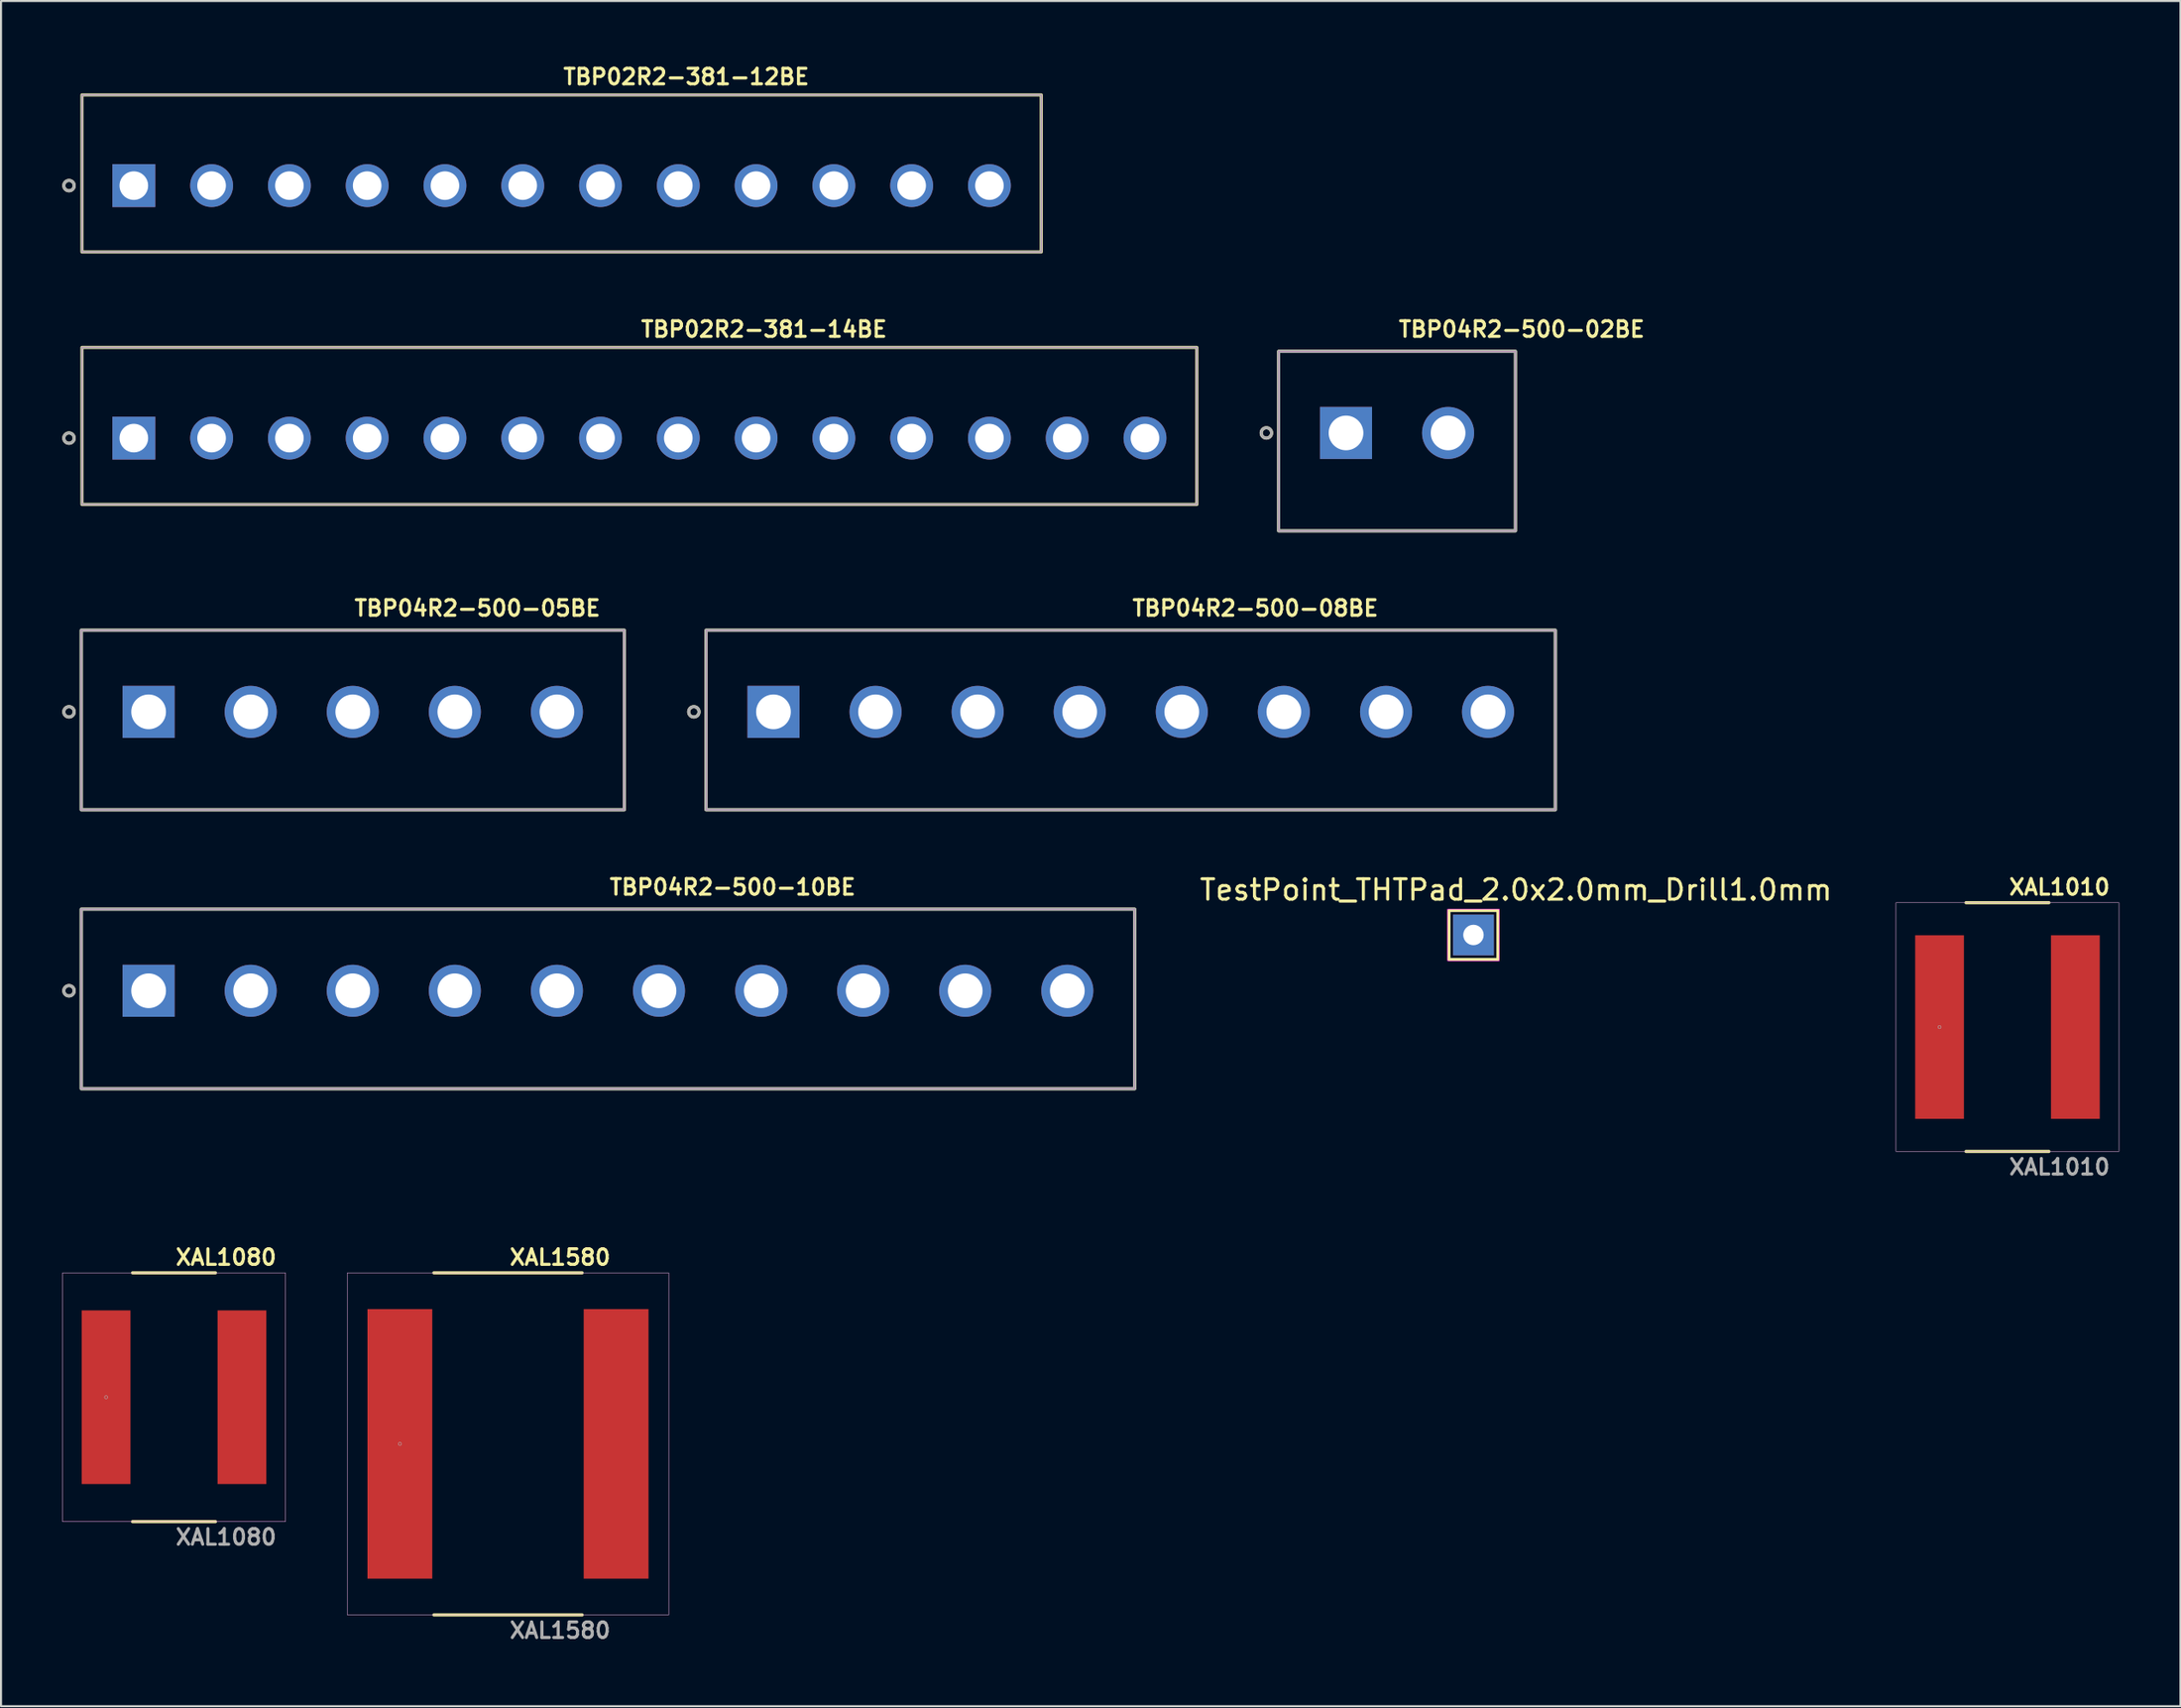
<source format=kicad_pcb>
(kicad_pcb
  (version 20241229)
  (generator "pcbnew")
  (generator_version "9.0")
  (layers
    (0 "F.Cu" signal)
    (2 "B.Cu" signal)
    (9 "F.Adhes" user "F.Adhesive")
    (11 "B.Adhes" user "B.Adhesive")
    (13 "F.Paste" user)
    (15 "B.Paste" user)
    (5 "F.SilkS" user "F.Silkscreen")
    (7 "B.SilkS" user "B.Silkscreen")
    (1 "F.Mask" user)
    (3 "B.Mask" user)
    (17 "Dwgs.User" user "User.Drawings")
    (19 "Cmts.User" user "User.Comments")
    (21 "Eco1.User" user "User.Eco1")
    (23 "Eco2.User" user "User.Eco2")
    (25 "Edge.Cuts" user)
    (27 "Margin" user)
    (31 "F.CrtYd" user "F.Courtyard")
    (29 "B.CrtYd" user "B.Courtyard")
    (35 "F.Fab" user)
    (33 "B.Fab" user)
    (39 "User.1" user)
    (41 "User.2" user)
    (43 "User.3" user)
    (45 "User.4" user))
  (footprint "TBP04R2-500-02BE"
    (layer "F.Cu")
    (at 65.382 18.168)
    (property "Reference" "TBP04R2-500-02BE" (at 0 -5.08 0) (layer "F.SilkS") (effects (font (size 0.762 0.762) (thickness 0.152)) (justify left)))
    (attr through_hole)
    (fp_rect (start -5.8 -4) (end 5.8 4.8) (stroke (width 0.152) (type default)) (fill no) (layer "F.SilkS"))
    (fp_circle (center -6.4 0) (end -6.146 0) (stroke (width 0.152) (type solid)) (fill no) (layer "F.SilkS"))
    (fp_rect (start -5.8 -4) (end 5.8 4.8) (stroke (width 0.006) (type default)) (fill no) (layer "F.CrtYd"))
    (fp_rect (start -5.8 -4) (end 5.8 4.8) (stroke (width 0.152) (type default)) (fill no) (layer "F.Fab"))
    (fp_circle (center -6.4 0) (end -6.146 0) (stroke (width 0.152) (type solid)) (fill no) (layer "F.Fab"))
    (pad "1" thru_hole rect (at -2.5 0) (size 2.55 2.55) (drill 1.7) (layers "*.Cu" "*.Mask"))
    (pad "2" thru_hole circle (at 2.5 0) (size 2.55 2.55) (drill 1.7) (layers "*.Cu" "*.Mask")))
  (footprint "TBP02R2-381-12BE"
    (layer "F.Cu")
    (at 24.46 6.047)
    (property "Reference" "TBP02R2-381-12BE" (at 0 -5.334 0) (layer "F.SilkS") (effects (font (size 0.762 0.762) (thickness 0.152)) (justify left)))
    (attr through_hole)
    (fp_rect (start -23.495 -4.445) (end 23.495 3.251) (stroke (width 0.152) (type default)) (fill no) (layer "F.SilkS"))
    (fp_circle (center -24.13 0) (end -23.876 0) (stroke (width 0.152) (type solid)) (fill no) (layer "F.SilkS"))
    (fp_rect (start -23.495 -4.445) (end 23.495 3.251) (stroke (width 0.006) (type default)) (fill no) (layer "F.CrtYd"))
    (fp_rect (start -23.495 -4.445) (end 23.495 3.251) (stroke (width 0.1) (type default)) (fill no) (layer "F.Fab"))
    (fp_circle (center -24.13 0) (end -23.876 0) (stroke (width 0.152) (type solid)) (fill no) (layer "F.Fab"))
    (pad "1" thru_hole rect (at -20.955 0) (size 2.1 2.1) (drill 1.4) (layers "*.Cu" "*.Mask"))
    (pad "2" thru_hole circle (at -17.145 0) (size 2.1 2.1) (drill 1.4) (layers "*.Cu" "*.Mask"))
    (pad "3" thru_hole circle (at -13.335 0) (size 2.1 2.1) (drill 1.4) (layers "*.Cu" "*.Mask"))
    (pad "4" thru_hole circle (at -9.525 0) (size 2.1 2.1) (drill 1.4) (layers "*.Cu" "*.Mask"))
    (pad "5" thru_hole circle (at -5.715 0) (size 2.1 2.1) (drill 1.4) (layers "*.Cu" "*.Mask"))
    (pad "6" thru_hole circle (at -1.905 0) (size 2.1 2.1) (drill 1.4) (layers "*.Cu" "*.Mask"))
    (pad "7" thru_hole circle (at 1.905 0) (size 2.1 2.1) (drill 1.4) (layers "*.Cu" "*.Mask"))
    (pad "8" thru_hole circle (at 5.715 0) (size 2.1 2.1) (drill 1.4) (layers "*.Cu" "*.Mask"))
    (pad "9" thru_hole circle (at 9.525 0) (size 2.1 2.1) (drill 1.4) (layers "*.Cu" "*.Mask"))
    (pad "10" thru_hole circle (at 13.335 0) (size 2.1 2.1) (drill 1.4) (layers "*.Cu" "*.Mask"))
    (pad "11" thru_hole circle (at 17.145 0) (size 2.1 2.1) (drill 1.4) (layers "*.Cu" "*.Mask"))
    (pad "12" thru_hole circle (at 20.955 0) (size 2.1 2.1) (drill 1.4) (layers "*.Cu" "*.Mask")))
  (footprint "XAL1580"
    (layer "F.Cu")
    (at 21.834 67.713)
    (property "Reference" "XAL1580" (at 0 -9.144 0) (unlocked yes) (layer "F.SilkS") (effects (font (size 0.762 0.762) (thickness 0.152)) (justify left)))
    (attr smd)
    (fp_line (start 3.632 -8.382) (end -3.632 -8.382) (stroke (width 0.152) (type solid)) (layer "F.SilkS"))
    (fp_line (start 3.632 8.382) (end -3.632 8.382) (stroke (width 0.152) (type solid)) (layer "F.SilkS"))
    (fp_rect (start -7.874 -8.382) (end 7.874 8.382) (stroke (width 0.006) (type default)) (fill no) (layer "F.CrtYd"))
    (fp_rect (start -7.874 -8.382) (end 7.874 8.382) (stroke (width 0.025) (type default)) (fill no) (layer "F.Fab"))
    (fp_circle (center -5.296 0) (end -5.22 0) (stroke (width 0.025) (type solid)) (fill no) (layer "F.Fab"))
    (fp_text user "${REFERENCE}" (at 0 9.144 0) (unlocked yes) (layer "F.Fab") (effects (font (size 0.762 0.762) (thickness 0.152)) (justify left)))
    (pad "1" smd rect (at -5.296 0) (size 3.175 13.208) (layers "F.Cu" "F.Mask" "F.Paste"))
    (pad "2" smd rect (at 5.296 0) (size 3.175 13.208) (layers "F.Cu" "F.Mask" "F.Paste")))
  (footprint "XAL1080"
    (layer "F.Cu")
    (at 5.474 65.427)
    (property "Reference" "XAL1080" (at 0 -6.858 0) (unlocked yes) (layer "F.SilkS") (effects (font (size 0.762 0.762) (thickness 0.152)) (justify left)))
    (attr smd)
    (fp_line (start 2.032 -6.096) (end -2.032 -6.096) (stroke (width 0.152) (type solid)) (layer "F.SilkS"))
    (fp_line (start 2.032 6.096) (end -2.032 6.096) (stroke (width 0.152) (type solid)) (layer "F.SilkS"))
    (fp_rect (start -5.461 -6.096) (end 5.461 6.096) (stroke (width 0.006) (type default)) (fill no) (layer "F.CrtYd"))
    (fp_rect (start -5.461 -6.096) (end 5.461 6.096) (stroke (width 0.025) (type default)) (fill no) (layer "F.Fab"))
    (fp_circle (center -3.327 0) (end -3.251 0) (stroke (width 0.025) (type solid)) (fill no) (layer "F.Fab"))
    (fp_text user "${REFERENCE}" (at 0 6.858 0) (unlocked yes) (layer "F.Fab") (effects (font (size 0.762 0.762) (thickness 0.152)) (justify left)))
    (pad "1" smd rect (at -3.327 0) (size 2.388 8.509) (layers "F.Cu" "F.Mask" "F.Paste"))
    (pad "2" smd rect (at 3.327 0) (size 2.388 8.509) (layers "F.Cu" "F.Mask" "F.Paste")))
  (footprint "TBP04R2-500-08BE"
    (layer "F.Cu")
    (at 52.337 31.837)
    (property "Reference" "TBP04R2-500-08BE" (at 0 -5.08 0) (layer "F.SilkS") (effects (font (size 0.762 0.762) (thickness 0.152)) (justify left)))
    (attr through_hole)
    (fp_rect (start -20.8 -4) (end 20.8 4.8) (stroke (width 0.152) (type default)) (fill no) (layer "F.SilkS"))
    (fp_circle (center -21.4 0) (end -21.146 0) (stroke (width 0.152) (type solid)) (fill no) (layer "F.SilkS"))
    (fp_rect (start -20.8 -4) (end 20.8 4.8) (stroke (width 0.006) (type default)) (fill no) (layer "F.CrtYd"))
    (fp_rect (start -20.8 -4) (end 20.8 4.8) (stroke (width 0.152) (type default)) (fill no) (layer "F.Fab"))
    (fp_circle (center -21.4 0) (end -21.146 0) (stroke (width 0.152) (type solid)) (fill no) (layer "F.Fab"))
    (pad "1" thru_hole rect (at -17.5 0) (size 2.55 2.55) (drill 1.7) (layers "*.Cu" "*.Mask"))
    (pad "2" thru_hole circle (at -12.5 0) (size 2.55 2.55) (drill 1.7) (layers "*.Cu" "*.Mask"))
    (pad "3" thru_hole circle (at -7.5 0) (size 2.55 2.55) (drill 1.7) (layers "*.Cu" "*.Mask"))
    (pad "4" thru_hole circle (at -2.5 0) (size 2.55 2.55) (drill 1.7) (layers "*.Cu" "*.Mask"))
    (pad "5" thru_hole circle (at 2.5 0) (size 2.55 2.55) (drill 1.7) (layers "*.Cu" "*.Mask"))
    (pad "6" thru_hole circle (at 7.5 0) (size 2.55 2.55) (drill 1.7) (layers "*.Cu" "*.Mask"))
    (pad "7" thru_hole circle (at 12.508 0) (size 2.55 2.55) (drill 1.7) (layers "*.Cu" "*.Mask"))
    (pad "8" thru_hole circle (at 17.5 0) (size 2.55 2.55) (drill 1.7) (layers "*.Cu" "*.Mask")))
  (footprint "TBP04R2-500-10BE"
    (layer "F.Cu")
    (at 26.73 45.507)
    (property "Reference" "TBP04R2-500-10BE" (at 0 -5.08 0) (layer "F.SilkS") (effects (font (size 0.762 0.762) (thickness 0.152)) (justify left)))
    (attr through_hole)
    (fp_rect (start -25.8 -4) (end 25.8 4.8) (stroke (width 0.152) (type default)) (fill no) (layer "F.SilkS"))
    (fp_circle (center -26.4 0) (end -26.146 0) (stroke (width 0.152) (type solid)) (fill no) (layer "F.SilkS"))
    (fp_rect (start -25.8 -4) (end 25.8 4.8) (stroke (width 0.006) (type default)) (fill no) (layer "F.CrtYd"))
    (fp_rect (start -25.8 -4) (end 25.8 4.8) (stroke (width 0.152) (type default)) (fill no) (layer "F.Fab"))
    (fp_circle (center -26.4 0) (end -26.146 0) (stroke (width 0.152) (type solid)) (fill no) (layer "F.Fab"))
    (pad "1" thru_hole rect (at -22.5 0) (size 2.55 2.55) (drill 1.7) (layers "*.Cu" "*.Mask"))
    (pad "2" thru_hole circle (at -17.5 0) (size 2.55 2.55) (drill 1.7) (layers "*.Cu" "*.Mask"))
    (pad "3" thru_hole circle (at -12.5 0) (size 2.55 2.55) (drill 1.7) (layers "*.Cu" "*.Mask"))
    (pad "4" thru_hole circle (at -7.5 0) (size 2.55 2.55) (drill 1.7) (layers "*.Cu" "*.Mask"))
    (pad "5" thru_hole circle (at -2.5 0) (size 2.55 2.55) (drill 1.7) (layers "*.Cu" "*.Mask"))
    (pad "6" thru_hole circle (at 2.5 0) (size 2.55 2.55) (drill 1.7) (layers "*.Cu" "*.Mask"))
    (pad "7" thru_hole circle (at 7.508 0) (size 2.55 2.55) (drill 1.7) (layers "*.Cu" "*.Mask"))
    (pad "8" thru_hole circle (at 12.5 0) (size 2.55 2.55) (drill 1.7) (layers "*.Cu" "*.Mask"))
    (pad "9" thru_hole circle (at 17.5 0) (size 2.55 2.55) (drill 1.7) (layers "*.Cu" "*.Mask"))
    (pad "10" thru_hole circle (at 22.501 0) (size 2.55 2.55) (drill 1.7) (layers "*.Cu" "*.Mask")))
  (footprint "XAL1010"
    (layer "F.Cu")
    (at 95.282 47.285)
    (property "Reference" "XAL1010" (at 0 -6.858 0) (unlocked yes) (layer "F.SilkS") (effects (font (size 0.762 0.762) (thickness 0.152)) (justify left)))
    (attr smd)
    (fp_line (start 2.032 -6.096) (end -2.032 -6.096) (stroke (width 0.152) (type solid)) (layer "F.SilkS"))
    (fp_line (start 2.032 6.096) (end -2.032 6.096) (stroke (width 0.152) (type solid)) (layer "F.SilkS"))
    (fp_rect (start -5.461 -6.096) (end 5.461 6.096) (stroke (width 0.006) (type default)) (fill no) (layer "F.CrtYd"))
    (fp_rect (start -5.461 -6.096) (end 5.461 6.096) (stroke (width 0.025) (type default)) (fill no) (layer "F.Fab"))
    (fp_circle (center -3.327 0) (end -3.251 0) (stroke (width 0.025) (type solid)) (fill no) (layer "F.Fab"))
    (fp_text user "${REFERENCE}" (at 0 6.858 0) (unlocked yes) (layer "F.Fab") (effects (font (size 0.762 0.762) (thickness 0.152)) (justify left)))
    (pad "1" smd rect (at -3.327 0) (size 2.388 8.992) (layers "F.Cu" "F.Mask" "F.Paste"))
    (pad "2" smd rect (at 3.327 0) (size 2.388 8.992) (layers "F.Cu" "F.Mask" "F.Paste")))
  (footprint "TBP04R2-500-05BE"
    (layer "F.Cu")
    (at 14.23 31.837)
    (property "Reference" "TBP04R2-500-05BE" (at 0 -5.08 0) (layer "F.SilkS") (effects (font (size 0.762 0.762) (thickness 0.152)) (justify left)))
    (attr through_hole)
    (fp_rect (start -13.3 -4) (end 13.3 4.8) (stroke (width 0.152) (type default)) (fill no) (layer "F.SilkS"))
    (fp_circle (center -13.9 0) (end -13.646 0) (stroke (width 0.152) (type solid)) (fill no) (layer "F.SilkS"))
    (fp_rect (start -13.3 -4) (end 13.3 4.8) (stroke (width 0.006) (type default)) (fill no) (layer "F.CrtYd"))
    (fp_rect (start -13.3 -4) (end 13.3 4.8) (stroke (width 0.152) (type default)) (fill no) (layer "F.Fab"))
    (fp_circle (center -13.9 0) (end -13.646 0) (stroke (width 0.152) (type solid)) (fill no) (layer "F.Fab"))
    (pad "1" thru_hole rect (at -10 0) (size 2.55 2.55) (drill 1.7) (layers "*.Cu" "*.Mask"))
    (pad "2" thru_hole circle (at -5 0) (size 2.55 2.55) (drill 1.7) (layers "*.Cu" "*.Mask"))
    (pad "3" thru_hole circle (at 0 0) (size 2.55 2.55) (drill 1.7) (layers "*.Cu" "*.Mask"))
    (pad "4" thru_hole circle (at 5 0) (size 2.55 2.55) (drill 1.7) (layers "*.Cu" "*.Mask"))
    (pad "5" thru_hole circle (at 10 0) (size 2.55 2.55) (drill 1.7) (layers "*.Cu" "*.Mask")))
  (footprint "TBP02R2-381-14BE"
    (layer "F.Cu")
    (at 28.27 18.422)
    (property "Reference" "TBP02R2-381-14BE" (at 0 -5.334 0) (layer "F.SilkS") (effects (font (size 0.762 0.762) (thickness 0.152)) (justify left)))
    (attr through_hole)
    (fp_rect (start -27.305 -4.445) (end 27.305 3.251) (stroke (width 0.152) (type default)) (fill no) (layer "F.SilkS"))
    (fp_circle (center -27.94 0) (end -27.686 0) (stroke (width 0.152) (type solid)) (fill no) (layer "F.SilkS"))
    (fp_rect (start -27.305 -4.445) (end 27.305 3.251) (stroke (width 0.006) (type default)) (fill no) (layer "F.CrtYd"))
    (fp_rect (start -27.305 -4.445) (end 27.305 3.251) (stroke (width 0.1) (type default)) (fill no) (layer "F.Fab"))
    (fp_circle (center -27.94 0) (end -27.686 0) (stroke (width 0.152) (type solid)) (fill no) (layer "F.Fab"))
    (pad "1" thru_hole rect (at -24.765 0) (size 2.1 2.1) (drill 1.4) (layers "*.Cu" "*.Mask"))
    (pad "2" thru_hole circle (at -20.955 0) (size 2.1 2.1) (drill 1.4) (layers "*.Cu" "*.Mask"))
    (pad "3" thru_hole circle (at -17.145 0) (size 2.1 2.1) (drill 1.4) (layers "*.Cu" "*.Mask"))
    (pad "4" thru_hole circle (at -13.335 0) (size 2.1 2.1) (drill 1.4) (layers "*.Cu" "*.Mask"))
    (pad "5" thru_hole circle (at -9.525 0) (size 2.1 2.1) (drill 1.4) (layers "*.Cu" "*.Mask"))
    (pad "6" thru_hole circle (at -5.715 0) (size 2.1 2.1) (drill 1.4) (layers "*.Cu" "*.Mask"))
    (pad "7" thru_hole circle (at -1.905 0) (size 2.1 2.1) (drill 1.4) (layers "*.Cu" "*.Mask"))
    (pad "8" thru_hole circle (at 1.905 0) (size 2.1 2.1) (drill 1.4) (layers "*.Cu" "*.Mask"))
    (pad "9" thru_hole circle (at 5.715 0) (size 2.1 2.1) (drill 1.4) (layers "*.Cu" "*.Mask"))
    (pad "10" thru_hole circle (at 9.525 0) (size 2.1 2.1) (drill 1.4) (layers "*.Cu" "*.Mask"))
    (pad "11" thru_hole circle (at 13.335 0) (size 2.1 2.1) (drill 1.4) (layers "*.Cu" "*.Mask"))
    (pad "12" thru_hole circle (at 17.145 0) (size 2.1 2.1) (drill 1.4) (layers "*.Cu" "*.Mask"))
    (pad "13" thru_hole circle (at 20.955 0) (size 2.1 2.1) (drill 1.4) (layers "*.Cu" "*.Mask"))
    (pad "14" thru_hole circle (at 24.765 0) (size 2.1 2.1) (drill 1.4) (layers "*.Cu" "*.Mask")))
  (footprint "TestPoint_THTPad_2.0x2.0mm_Drill1.0mm"
    (layer "F.Cu")
    (at 69.125 42.772)
    (property "Reference" "TestPoint_THTPad_2.0x2.0mm_Drill1.0mm" (at 2.083 -2.21 0) (layer "F.SilkS") (effects (font (size 1 1) (thickness 0.15))))
    (attr exclude_from_pos_files exclude_from_bom)
    (fp_rect (start -1.2 -1.2) (end 1.2 1.2) (stroke (width 0.152) (type default)) (fill no) (layer "F.SilkS"))
    (fp_rect (start -1.27 1.27) (end 1.27 -1.27) (stroke (width 0.025) (type default)) (fill no) (layer "F.CrtYd"))
    (pad "1" thru_hole rect (at 0 0) (size 2 2) (drill 1) (layers "*.Cu" "*.Mask")))
  (gr_rect
    (start -3 -3)
    (end 103.756 80.57)
    (stroke (width 0.1) (type default))
    (fill no)
    (layer "Edge.Cuts")))
</source>
